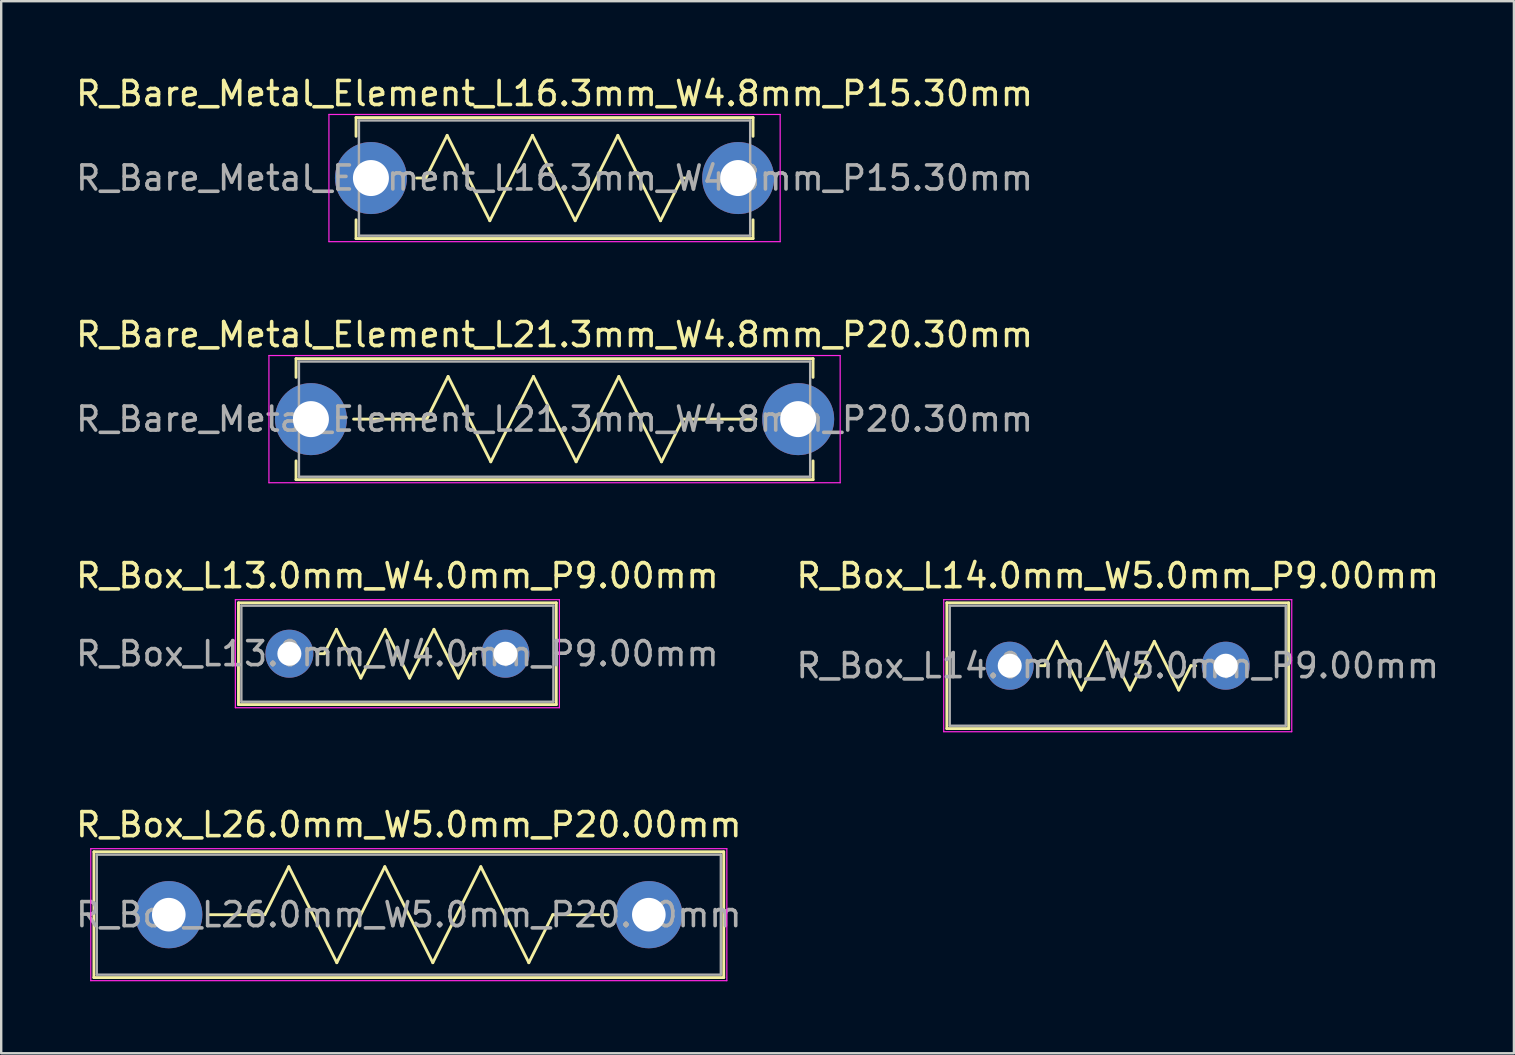
<source format=kicad_pcb>
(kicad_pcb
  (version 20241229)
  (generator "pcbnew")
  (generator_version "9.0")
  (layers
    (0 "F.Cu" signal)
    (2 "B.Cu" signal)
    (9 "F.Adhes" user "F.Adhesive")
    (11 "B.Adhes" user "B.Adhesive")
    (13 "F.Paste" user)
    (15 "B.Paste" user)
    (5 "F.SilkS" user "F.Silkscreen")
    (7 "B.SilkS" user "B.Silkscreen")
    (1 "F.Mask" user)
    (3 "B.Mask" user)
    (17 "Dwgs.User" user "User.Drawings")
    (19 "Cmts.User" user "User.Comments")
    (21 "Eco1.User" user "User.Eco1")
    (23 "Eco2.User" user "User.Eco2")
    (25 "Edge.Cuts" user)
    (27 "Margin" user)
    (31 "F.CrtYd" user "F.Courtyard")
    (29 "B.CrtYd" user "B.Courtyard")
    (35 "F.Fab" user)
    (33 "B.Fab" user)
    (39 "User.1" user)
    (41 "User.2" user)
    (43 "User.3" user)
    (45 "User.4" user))
  (footprint "R_Box_L26.0mm_W5.0mm_P20.00mm"
    (layer "F.Cu")
    (at 3.982 35.058)
    (property "Reference" "R_Box_L26.0mm_W5.0mm_P20.00mm" (at 10 -3.75 0) (layer "F.SilkS") (effects (font (size 1 1) (thickness 0.15))))
    (attr through_hole)
    (fp_line (start -3.12 -2.62) (end -3.12 2.62) (stroke (width 0.12) (type solid)) (layer "F.SilkS"))
    (fp_line (start -3.12 -2.62) (end 23.12 -2.62) (stroke (width 0.12) (type solid)) (layer "F.SilkS"))
    (fp_line (start -3.12 2.62) (end 23.12 2.62) (stroke (width 0.12) (type solid)) (layer "F.SilkS"))
    (fp_line (start 1.7 0) (end 4 0) (stroke (width 0.12) (type solid)) (layer "F.SilkS"))
    (fp_line (start 4 0) (end 5 -2) (stroke (width 0.12) (type solid)) (layer "F.SilkS"))
    (fp_line (start 5 -2) (end 7 2) (stroke (width 0.12) (type solid)) (layer "F.SilkS"))
    (fp_line (start 7 2) (end 9 -2) (stroke (width 0.12) (type solid)) (layer "F.SilkS"))
    (fp_line (start 9 -2) (end 11 2) (stroke (width 0.12) (type solid)) (layer "F.SilkS"))
    (fp_line (start 11 2) (end 13 -2) (stroke (width 0.12) (type solid)) (layer "F.SilkS"))
    (fp_line (start 13 -2) (end 15 2) (stroke (width 0.12) (type solid)) (layer "F.SilkS"))
    (fp_line (start 15 2) (end 16 0) (stroke (width 0.12) (type solid)) (layer "F.SilkS"))
    (fp_line (start 16 0) (end 18.3 0) (stroke (width 0.12) (type solid)) (layer "F.SilkS"))
    (fp_line (start 23.12 -2.62) (end 23.12 2.62) (stroke (width 0.12) (type solid)) (layer "F.SilkS"))
    (fp_line (start -3.25 -2.75) (end -3.25 2.75) (stroke (width 0.05) (type solid)) (layer "F.CrtYd"))
    (fp_line (start -3.25 2.75) (end 23.25 2.75) (stroke (width 0.05) (type solid)) (layer "F.CrtYd"))
    (fp_line (start 23.25 -2.75) (end -3.25 -2.75) (stroke (width 0.05) (type solid)) (layer "F.CrtYd"))
    (fp_line (start 23.25 2.75) (end 23.25 -2.75) (stroke (width 0.05) (type solid)) (layer "F.CrtYd"))
    (fp_line (start -3 -2.5) (end -3 2.5) (stroke (width 0.1) (type solid)) (layer "F.Fab"))
    (fp_line (start -3 2.5) (end 23 2.5) (stroke (width 0.1) (type solid)) (layer "F.Fab"))
    (fp_line (start 23 -2.5) (end -3 -2.5) (stroke (width 0.1) (type solid)) (layer "F.Fab"))
    (fp_line (start 23 2.5) (end 23 -2.5) (stroke (width 0.1) (type solid)) (layer "F.Fab"))
    (fp_text user "${REFERENCE}" (at 10 0 0) (layer "F.Fab") (effects (font (size 1 1) (thickness 0.15))))
    (pad "1" thru_hole circle (at 0 0) (size 2.8 2.8) (drill 1.4) (layers "*.Cu" "*.Mask"))
    (pad "2" thru_hole circle (at 20 0) (size 2.8 2.8) (drill 1.4) (layers "*.Cu" "*.Mask")))
  (footprint "R_Bare_Metal_Element_L16.3mm_W4.8mm_P15.30mm"
    (layer "F.Cu")
    (at 12.404 4.368)
    (property "Reference" "R_Bare_Metal_Element_L16.3mm_W4.8mm_P15.30mm" (at 7.65 -3.52 0) (layer "F.SilkS") (effects (font (size 1 1) (thickness 0.15))))
    (attr through_hole)
    (fp_line (start -0.62 -2.52) (end 15.92 -2.52) (stroke (width 0.12) (type solid)) (layer "F.SilkS"))
    (fp_line (start -0.62 -1.74) (end -0.62 -2.52) (stroke (width 0.12) (type solid)) (layer "F.SilkS"))
    (fp_line (start -0.62 1.74) (end -0.62 2.52) (stroke (width 0.12) (type solid)) (layer "F.SilkS"))
    (fp_line (start -0.62 2.52) (end 15.92 2.52) (stroke (width 0.12) (type solid)) (layer "F.SilkS"))
    (fp_line (start 2.286 0) (end 1.905 0) (stroke (width 0.12) (type solid)) (layer "F.SilkS"))
    (fp_line (start 2.286 0) (end 3.175 -1.778) (stroke (width 0.12) (type solid)) (layer "F.SilkS"))
    (fp_line (start 3.175 -1.778) (end 4.953 1.778) (stroke (width 0.12) (type solid)) (layer "F.SilkS"))
    (fp_line (start 4.953 1.778) (end 6.731 -1.778) (stroke (width 0.12) (type solid)) (layer "F.SilkS"))
    (fp_line (start 6.731 -1.778) (end 8.509 1.778) (stroke (width 0.12) (type solid)) (layer "F.SilkS"))
    (fp_line (start 8.509 1.778) (end 10.287 -1.778) (stroke (width 0.12) (type solid)) (layer "F.SilkS"))
    (fp_line (start 10.287 -1.778) (end 12.065 1.778) (stroke (width 0.12) (type solid)) (layer "F.SilkS"))
    (fp_line (start 12.065 1.778) (end 12.954 0) (stroke (width 0.12) (type solid)) (layer "F.SilkS"))
    (fp_line (start 12.954 0) (end 13.335 0) (stroke (width 0.12) (type solid)) (layer "F.SilkS"))
    (fp_line (start 15.92 -2.52) (end 15.92 -1.74) (stroke (width 0.12) (type solid)) (layer "F.SilkS"))
    (fp_line (start 15.92 2.52) (end 15.92 1.74) (stroke (width 0.12) (type solid)) (layer "F.SilkS"))
    (fp_line (start -1.75 -2.65) (end -1.75 2.65) (stroke (width 0.05) (type solid)) (layer "F.CrtYd"))
    (fp_line (start -1.75 2.65) (end 17.05 2.65) (stroke (width 0.05) (type solid)) (layer "F.CrtYd"))
    (fp_line (start 17.05 -2.65) (end -1.75 -2.65) (stroke (width 0.05) (type solid)) (layer "F.CrtYd"))
    (fp_line (start 17.05 2.65) (end 17.05 -2.65) (stroke (width 0.05) (type solid)) (layer "F.CrtYd"))
    (fp_line (start -0.5 -2.4) (end -0.5 2.4) (stroke (width 0.1) (type solid)) (layer "F.Fab"))
    (fp_line (start -0.5 2.4) (end 15.8 2.4) (stroke (width 0.1) (type solid)) (layer "F.Fab"))
    (fp_line (start 15.8 -2.4) (end -0.5 -2.4) (stroke (width 0.1) (type solid)) (layer "F.Fab"))
    (fp_line (start 15.8 2.4) (end 15.8 -2.4) (stroke (width 0.1) (type solid)) (layer "F.Fab"))
    (fp_text user "${REFERENCE}" (at 7.65 0 0) (layer "F.Fab") (effects (font (size 1 1) (thickness 0.15))))
    (pad "1" thru_hole circle (at 0 0) (size 3 3) (drill 1.5) (layers "*.Cu" "*.Mask"))
    (pad "2" thru_hole oval (at 15.3 0) (size 3 3) (drill 1.5) (layers "*.Cu" "*.Mask")))
  (footprint "R_Bare_Metal_Element_L21.3mm_W4.8mm_P20.30mm"
    (layer "F.Cu")
    (at 9.904 14.412)
    (property "Reference" "R_Bare_Metal_Element_L21.3mm_W4.8mm_P20.30mm" (at 10.15 -3.52 0) (layer "F.SilkS") (effects (font (size 1 1) (thickness 0.15))))
    (attr through_hole)
    (fp_line (start -0.62 -2.52) (end 20.92 -2.52) (stroke (width 0.12) (type solid)) (layer "F.SilkS"))
    (fp_line (start -0.62 -1.74) (end -0.62 -2.52) (stroke (width 0.12) (type solid)) (layer "F.SilkS"))
    (fp_line (start -0.62 1.74) (end -0.62 2.52) (stroke (width 0.12) (type solid)) (layer "F.SilkS"))
    (fp_line (start -0.62 2.52) (end 20.92 2.52) (stroke (width 0.12) (type solid)) (layer "F.SilkS"))
    (fp_line (start 4.826 0) (end 1.778 0) (stroke (width 0.12) (type solid)) (layer "F.SilkS"))
    (fp_line (start 4.826 0) (end 5.715 -1.778) (stroke (width 0.12) (type solid)) (layer "F.SilkS"))
    (fp_line (start 5.715 -1.778) (end 7.493 1.778) (stroke (width 0.12) (type solid)) (layer "F.SilkS"))
    (fp_line (start 7.493 1.778) (end 9.271 -1.778) (stroke (width 0.12) (type solid)) (layer "F.SilkS"))
    (fp_line (start 9.271 -1.778) (end 11.049 1.778) (stroke (width 0.12) (type solid)) (layer "F.SilkS"))
    (fp_line (start 11.049 1.778) (end 12.827 -1.778) (stroke (width 0.12) (type solid)) (layer "F.SilkS"))
    (fp_line (start 12.827 -1.778) (end 14.605 1.778) (stroke (width 0.12) (type solid)) (layer "F.SilkS"))
    (fp_line (start 14.605 1.778) (end 15.494 0) (stroke (width 0.12) (type solid)) (layer "F.SilkS"))
    (fp_line (start 15.494 0) (end 18.542 0) (stroke (width 0.12) (type solid)) (layer "F.SilkS"))
    (fp_line (start 20.92 -2.52) (end 20.92 -1.74) (stroke (width 0.12) (type solid)) (layer "F.SilkS"))
    (fp_line (start 20.92 2.52) (end 20.92 1.74) (stroke (width 0.12) (type solid)) (layer "F.SilkS"))
    (fp_line (start -1.75 -2.65) (end -1.75 2.65) (stroke (width 0.05) (type solid)) (layer "F.CrtYd"))
    (fp_line (start -1.75 2.65) (end 22.05 2.65) (stroke (width 0.05) (type solid)) (layer "F.CrtYd"))
    (fp_line (start 22.05 -2.65) (end -1.75 -2.65) (stroke (width 0.05) (type solid)) (layer "F.CrtYd"))
    (fp_line (start 22.05 2.65) (end 22.05 -2.65) (stroke (width 0.05) (type solid)) (layer "F.CrtYd"))
    (fp_line (start -0.5 -2.4) (end -0.5 2.4) (stroke (width 0.1) (type solid)) (layer "F.Fab"))
    (fp_line (start -0.5 2.4) (end 20.8 2.4) (stroke (width 0.1) (type solid)) (layer "F.Fab"))
    (fp_line (start 20.8 -2.4) (end -0.5 -2.4) (stroke (width 0.1) (type solid)) (layer "F.Fab"))
    (fp_line (start 20.8 2.4) (end 20.8 -2.4) (stroke (width 0.1) (type solid)) (layer "F.Fab"))
    (fp_text user "${REFERENCE}" (at 10.15 0 0) (layer "F.Fab") (effects (font (size 1 1) (thickness 0.15))))
    (pad "1" thru_hole circle (at 0 0) (size 3 3) (drill 1.5) (layers "*.Cu" "*.Mask"))
    (pad "2" thru_hole oval (at 20.3 0) (size 3 3) (drill 1.5) (layers "*.Cu" "*.Mask")))
  (footprint "R_Box_L14.0mm_W5.0mm_P9.00mm"
    (layer "F.Cu")
    (at 39.018 24.685)
    (property "Reference" "R_Box_L14.0mm_W5.0mm_P9.00mm" (at 4.5 -3.75 0) (layer "F.SilkS") (effects (font (size 1 1) (thickness 0.15))))
    (attr through_hole)
    (fp_line (start -2.62 -2.62) (end -2.62 2.62) (stroke (width 0.12) (type solid)) (layer "F.SilkS"))
    (fp_line (start -2.62 -2.62) (end 11.62 -2.62) (stroke (width 0.12) (type solid)) (layer "F.SilkS"))
    (fp_line (start -2.62 2.62) (end 11.62 2.62) (stroke (width 0.12) (type solid)) (layer "F.SilkS"))
    (fp_line (start 1.452 0) (end 1.27 0) (stroke (width 0.12) (type solid)) (layer "F.SilkS"))
    (fp_line (start 1.452 0) (end 1.96 -1.016) (stroke (width 0.12) (type solid)) (layer "F.SilkS"))
    (fp_line (start 1.96 -1.016) (end 2.976 1.016) (stroke (width 0.12) (type solid)) (layer "F.SilkS"))
    (fp_line (start 2.976 1.016) (end 3.992 -1.016) (stroke (width 0.12) (type solid)) (layer "F.SilkS"))
    (fp_line (start 3.992 -1.016) (end 5.008 1.016) (stroke (width 0.12) (type solid)) (layer "F.SilkS"))
    (fp_line (start 5.008 1.016) (end 6.024 -1.016) (stroke (width 0.12) (type solid)) (layer "F.SilkS"))
    (fp_line (start 6.024 -1.016) (end 7.04 1.016) (stroke (width 0.12) (type solid)) (layer "F.SilkS"))
    (fp_line (start 7.04 1.016) (end 7.548 0) (stroke (width 0.12) (type solid)) (layer "F.SilkS"))
    (fp_line (start 7.548 0) (end 7.747 0) (stroke (width 0.12) (type solid)) (layer "F.SilkS"))
    (fp_line (start 11.62 -2.62) (end 11.62 2.62) (stroke (width 0.12) (type solid)) (layer "F.SilkS"))
    (fp_line (start -2.75 -2.75) (end -2.75 2.75) (stroke (width 0.05) (type solid)) (layer "F.CrtYd"))
    (fp_line (start -2.75 2.75) (end 11.75 2.75) (stroke (width 0.05) (type solid)) (layer "F.CrtYd"))
    (fp_line (start 11.75 -2.75) (end -2.75 -2.75) (stroke (width 0.05) (type solid)) (layer "F.CrtYd"))
    (fp_line (start 11.75 2.75) (end 11.75 -2.75) (stroke (width 0.05) (type solid)) (layer "F.CrtYd"))
    (fp_line (start -2.5 -2.5) (end -2.5 2.5) (stroke (width 0.1) (type solid)) (layer "F.Fab"))
    (fp_line (start -2.5 2.5) (end 11.5 2.5) (stroke (width 0.1) (type solid)) (layer "F.Fab"))
    (fp_line (start 11.5 -2.5) (end -2.5 -2.5) (stroke (width 0.1) (type solid)) (layer "F.Fab"))
    (fp_line (start 11.5 2.5) (end 11.5 -2.5) (stroke (width 0.1) (type solid)) (layer "F.Fab"))
    (fp_text user "${REFERENCE}" (at 4.5 0 0) (layer "F.Fab") (effects (font (size 1 1) (thickness 0.15))))
    (pad "1" thru_hole circle (at 0 0) (size 2 2) (drill 1) (layers "*.Cu" "*.Mask"))
    (pad "2" thru_hole circle (at 9 0) (size 2 2) (drill 1) (layers "*.Cu" "*.Mask")))
  (footprint "R_Box_L13.0mm_W4.0mm_P9.00mm"
    (layer "F.Cu")
    (at 9.006 24.185)
    (property "Reference" "R_Box_L13.0mm_W4.0mm_P9.00mm" (at 4.5 -3.25 0) (layer "F.SilkS") (effects (font (size 1 1) (thickness 0.15))))
    (attr through_hole)
    (fp_line (start -2.12 -2.12) (end -2.12 2.12) (stroke (width 0.12) (type solid)) (layer "F.SilkS"))
    (fp_line (start -2.12 -2.12) (end 11.12 -2.12) (stroke (width 0.12) (type solid)) (layer "F.SilkS"))
    (fp_line (start -2.12 2.12) (end 11.12 2.12) (stroke (width 0.12) (type solid)) (layer "F.SilkS"))
    (fp_line (start 1.452 0) (end 1.27 0) (stroke (width 0.12) (type solid)) (layer "F.SilkS"))
    (fp_line (start 1.452 0) (end 1.96 -1.016) (stroke (width 0.12) (type solid)) (layer "F.SilkS"))
    (fp_line (start 1.96 -1.016) (end 2.976 1.016) (stroke (width 0.12) (type solid)) (layer "F.SilkS"))
    (fp_line (start 2.976 1.016) (end 3.992 -1.016) (stroke (width 0.12) (type solid)) (layer "F.SilkS"))
    (fp_line (start 3.992 -1.016) (end 5.008 1.016) (stroke (width 0.12) (type solid)) (layer "F.SilkS"))
    (fp_line (start 5.008 1.016) (end 6.024 -1.016) (stroke (width 0.12) (type solid)) (layer "F.SilkS"))
    (fp_line (start 6.024 -1.016) (end 7.04 1.016) (stroke (width 0.12) (type solid)) (layer "F.SilkS"))
    (fp_line (start 7.04 1.016) (end 7.548 0) (stroke (width 0.12) (type solid)) (layer "F.SilkS"))
    (fp_line (start 7.548 0) (end 7.747 0) (stroke (width 0.12) (type solid)) (layer "F.SilkS"))
    (fp_line (start 11.12 -2.12) (end 11.12 2.12) (stroke (width 0.12) (type solid)) (layer "F.SilkS"))
    (fp_line (start -2.25 -2.25) (end -2.25 2.25) (stroke (width 0.05) (type solid)) (layer "F.CrtYd"))
    (fp_line (start -2.25 2.25) (end 11.25 2.25) (stroke (width 0.05) (type solid)) (layer "F.CrtYd"))
    (fp_line (start 11.25 -2.25) (end -2.25 -2.25) (stroke (width 0.05) (type solid)) (layer "F.CrtYd"))
    (fp_line (start 11.25 2.25) (end 11.25 -2.25) (stroke (width 0.05) (type solid)) (layer "F.CrtYd"))
    (fp_line (start -2 -2) (end -2 2) (stroke (width 0.1) (type solid)) (layer "F.Fab"))
    (fp_line (start -2 2) (end 11 2) (stroke (width 0.1) (type solid)) (layer "F.Fab"))
    (fp_line (start 11 -2) (end -2 -2) (stroke (width 0.1) (type solid)) (layer "F.Fab"))
    (fp_line (start 11 2) (end 11 -2) (stroke (width 0.1) (type solid)) (layer "F.Fab"))
    (fp_text user "${REFERENCE}" (at 4.5 0 0) (layer "F.Fab") (effects (font (size 1 1) (thickness 0.15))))
    (pad "1" thru_hole circle (at 0 0) (size 2 2) (drill 1) (layers "*.Cu" "*.Mask"))
    (pad "2" thru_hole circle (at 9 0) (size 2 2) (drill 1) (layers "*.Cu" "*.Mask")))
  (gr_rect
    (start -3 -3)
    (end 60.024 40.833)
    (stroke (width 0.1) (type default))
    (fill no)
    (layer "Edge.Cuts")))
</source>
